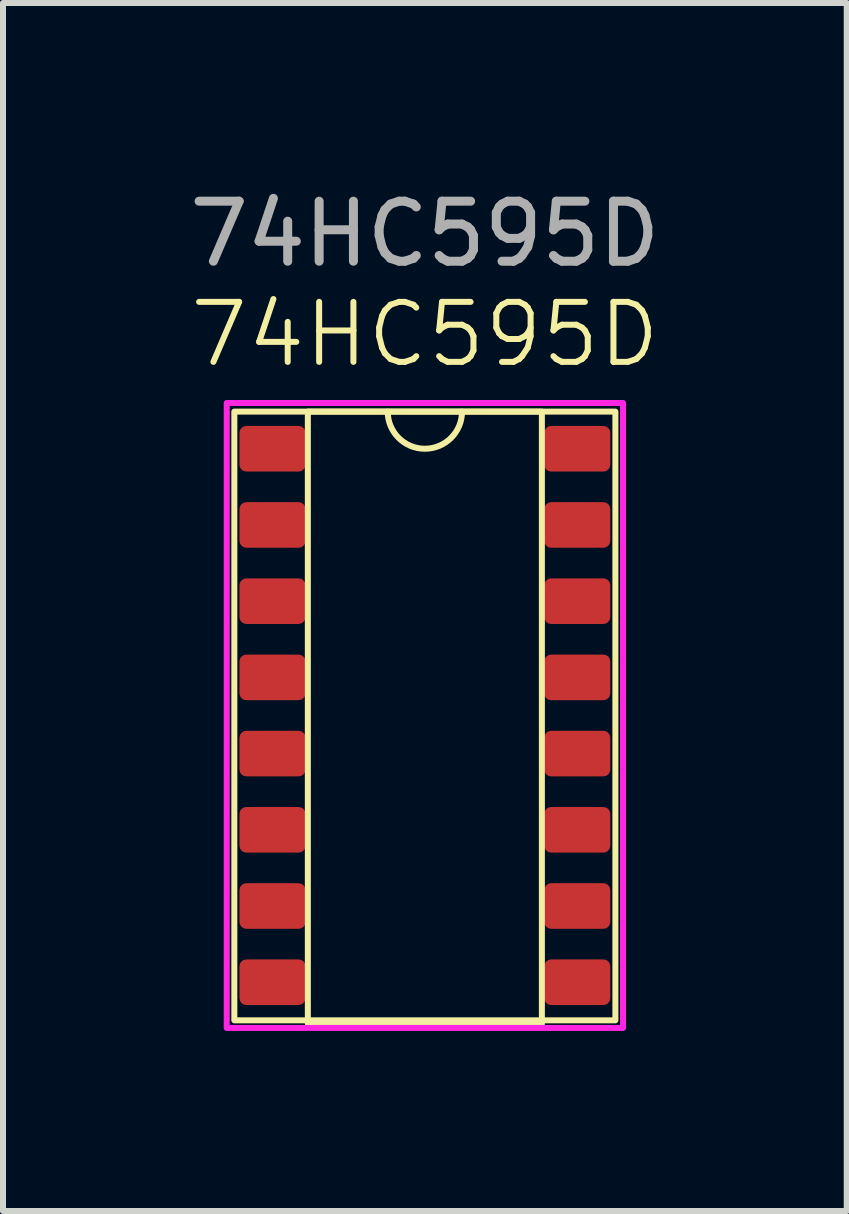
<source format=kicad_pcb>
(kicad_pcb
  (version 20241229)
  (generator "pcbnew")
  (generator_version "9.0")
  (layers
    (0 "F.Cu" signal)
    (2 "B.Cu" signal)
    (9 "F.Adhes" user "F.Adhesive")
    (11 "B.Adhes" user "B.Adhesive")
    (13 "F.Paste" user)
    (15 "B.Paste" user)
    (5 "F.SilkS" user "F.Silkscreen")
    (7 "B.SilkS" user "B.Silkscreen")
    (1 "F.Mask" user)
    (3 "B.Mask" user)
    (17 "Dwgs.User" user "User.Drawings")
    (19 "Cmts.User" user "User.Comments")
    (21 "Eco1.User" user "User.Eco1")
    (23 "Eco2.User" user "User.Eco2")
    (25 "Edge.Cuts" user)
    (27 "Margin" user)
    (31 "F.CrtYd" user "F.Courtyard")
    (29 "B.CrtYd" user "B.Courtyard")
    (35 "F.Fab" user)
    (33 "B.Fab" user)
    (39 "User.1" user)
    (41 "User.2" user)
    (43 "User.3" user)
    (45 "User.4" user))
  (footprint "74HC595D"
    (layer "F.Cu")
    (at 4.03 9.508)
    (property "Reference" "74HC595D" (at 0 -6.985 0) (unlocked yes) (layer "F.SilkS") (effects (font (size 1 1) (thickness 0.1))))
    (attr smd)
    (fp_rect (start -3.175 -5.699) (end 3.175 4.445) (stroke (width 0.1) (type default)) (fill no) (layer "F.SilkS"))
    (fp_rect (start -1.95 -5.699) (end 1.95 4.501) (stroke (width 0.1) (type solid)) (fill no) (layer "F.SilkS"))
    (fp_arc (start 0.61881 -5.69881) (mid 0 -5.08) (end -0.61881 -5.69881) (stroke (width 0.1) (type default)) (layer "F.SilkS"))
    (fp_rect (start -3.302 -5.842) (end 3.302 4.572) (stroke (width 0.1) (type solid)) (fill no) (layer "F.CrtYd"))
    (fp_text user "${REFERENCE}" (at 0 -8.66 0) (unlocked yes) (layer "F.Fab") (effects (font (size 1 1) (thickness 0.15))))
    (pad "1" smd roundrect (at -2.54 -5.08) (size 1.1 0.76) (layers "F.Cu" "F.Mask" "F.Paste") (roundrect_rratio 0.15))
    (pad "2" smd roundrect (at -2.54 -3.81) (size 1.1 0.76) (layers "F.Cu" "F.Mask" "F.Paste") (roundrect_rratio 0.15))
    (pad "3" smd roundrect (at -2.54 -2.54) (size 1.1 0.76) (layers "F.Cu" "F.Mask" "F.Paste") (roundrect_rratio 0.15))
    (pad "4" smd roundrect (at -2.54 -1.27) (size 1.1 0.76) (layers "F.Cu" "F.Mask" "F.Paste") (roundrect_rratio 0.15))
    (pad "5" smd roundrect (at -2.54 0) (size 1.1 0.76) (layers "F.Cu" "F.Mask" "F.Paste") (roundrect_rratio 0.15))
    (pad "6" smd roundrect (at -2.54 1.27) (size 1.1 0.76) (layers "F.Cu" "F.Mask" "F.Paste") (roundrect_rratio 0.15))
    (pad "7" smd roundrect (at -2.54 2.54) (size 1.1 0.76) (layers "F.Cu" "F.Mask" "F.Paste") (roundrect_rratio 0.15))
    (pad "8" smd roundrect (at -2.54 3.81) (size 1.1 0.76) (layers "F.Cu" "F.Mask" "F.Paste") (roundrect_rratio 0.15))
    (pad "9" smd roundrect (at 2.54 3.81) (size 1.1 0.76) (layers "F.Cu" "F.Mask" "F.Paste") (roundrect_rratio 0.15))
    (pad "10" smd roundrect (at 2.54 2.54) (size 1.1 0.76) (layers "F.Cu" "F.Mask" "F.Paste") (roundrect_rratio 0.15))
    (pad "11" smd roundrect (at 2.54 1.27) (size 1.1 0.76) (layers "F.Cu" "F.Mask" "F.Paste") (roundrect_rratio 0.15))
    (pad "12" smd roundrect (at 2.54 0) (size 1.1 0.76) (layers "F.Cu" "F.Mask" "F.Paste") (roundrect_rratio 0.15))
    (pad "13" smd roundrect (at 2.54 -1.27) (size 1.1 0.76) (layers "F.Cu" "F.Mask" "F.Paste") (roundrect_rratio 0.15))
    (pad "14" smd roundrect (at 2.54 -2.54) (size 1.1 0.76) (layers "F.Cu" "F.Mask" "F.Paste") (roundrect_rratio 0.15))
    (pad "15" smd roundrect (at 2.54 -3.81) (size 1.1 0.76) (layers "F.Cu" "F.Mask" "F.Paste") (roundrect_rratio 0.15))
    (pad "16" smd roundrect (at 2.54 -5.08) (size 1.1 0.76) (layers "F.Cu" "F.Mask" "F.Paste") (roundrect_rratio 0.15)))
  (gr_rect
    (start -3 -3)
    (end 11.06 17.13)
    (stroke (width 0.1) (type default))
    (fill no)
    (layer "Edge.Cuts")))
</source>
